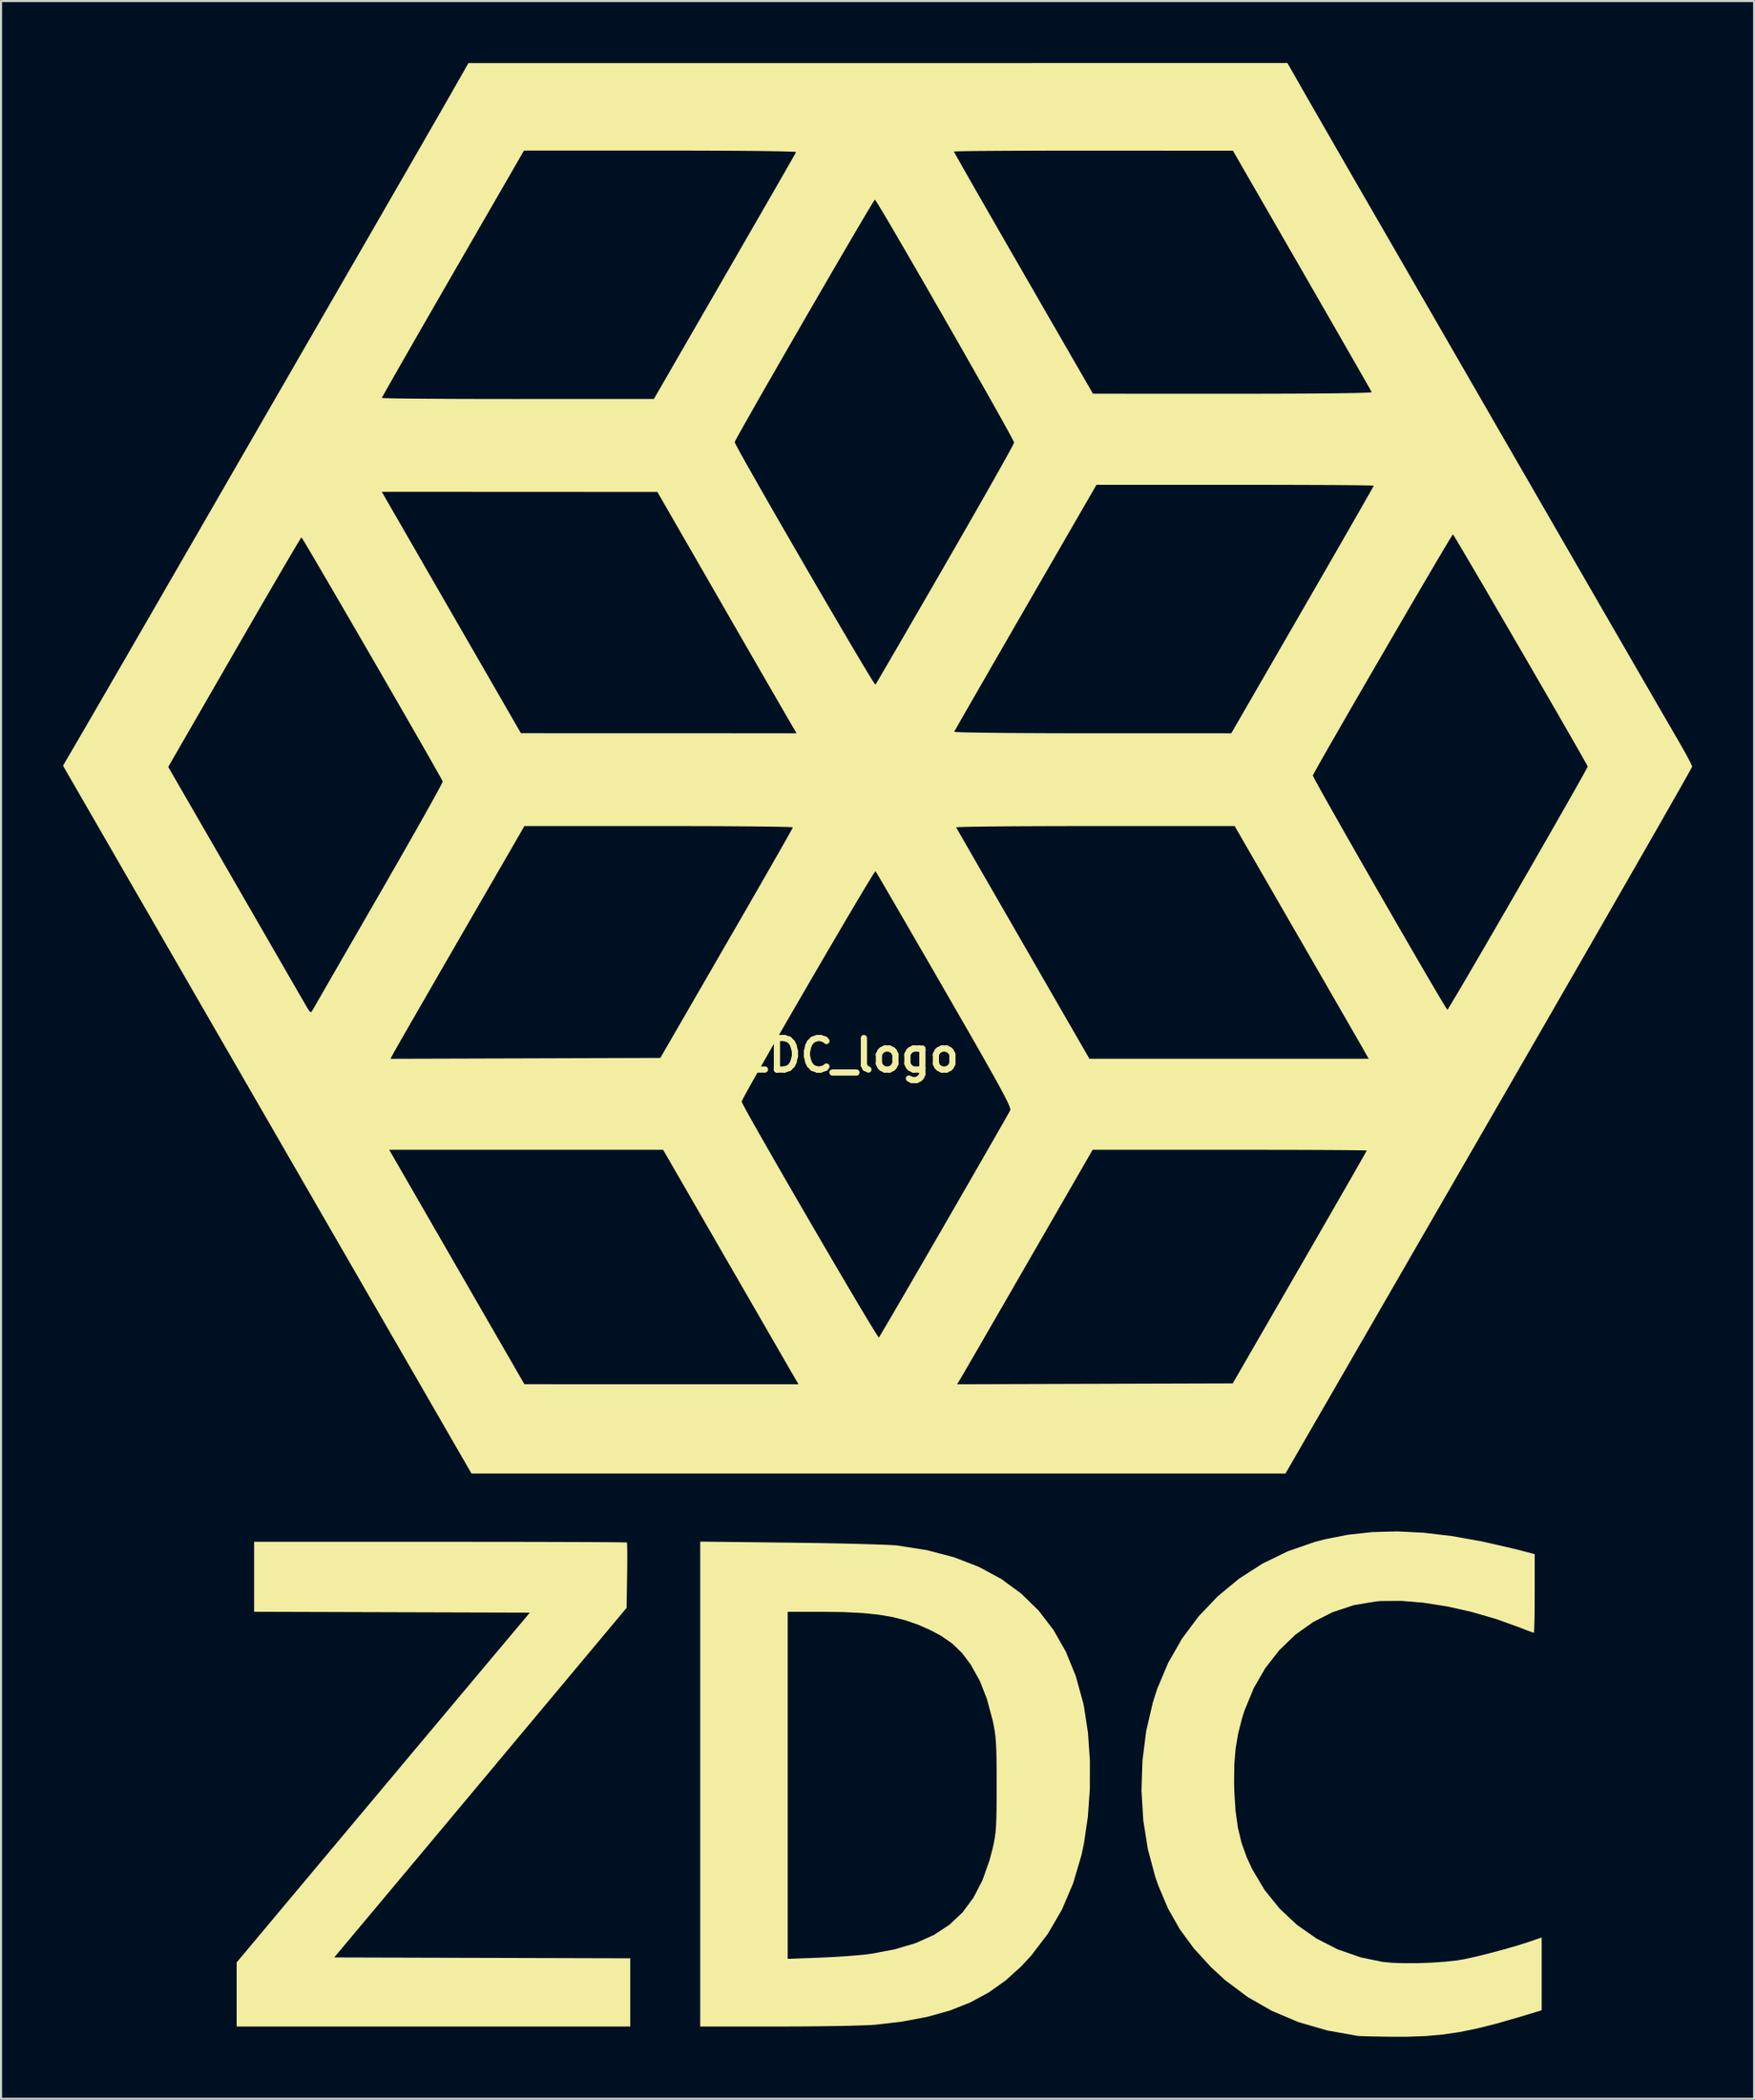
<source format=kicad_pcb>
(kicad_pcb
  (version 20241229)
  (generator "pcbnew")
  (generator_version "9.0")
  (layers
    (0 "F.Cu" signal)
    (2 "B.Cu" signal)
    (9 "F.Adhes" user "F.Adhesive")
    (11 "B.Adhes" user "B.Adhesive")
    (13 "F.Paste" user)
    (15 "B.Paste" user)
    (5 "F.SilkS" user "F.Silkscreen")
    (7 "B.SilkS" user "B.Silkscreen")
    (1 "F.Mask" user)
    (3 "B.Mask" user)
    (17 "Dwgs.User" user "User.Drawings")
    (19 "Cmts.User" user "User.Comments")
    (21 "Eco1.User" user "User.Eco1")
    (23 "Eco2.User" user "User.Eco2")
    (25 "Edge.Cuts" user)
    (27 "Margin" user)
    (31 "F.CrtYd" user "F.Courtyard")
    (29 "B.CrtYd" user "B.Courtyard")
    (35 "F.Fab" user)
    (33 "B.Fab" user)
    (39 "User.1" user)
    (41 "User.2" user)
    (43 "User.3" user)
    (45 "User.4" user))
  (footprint "ZDC_logo"
    (layer "F.Cu")
    (at 38.036 48.006)
    (property "Reference" "ZDC_logo" (at 0 0 0) (layer "F.SilkS") (effects (font (size 1.524 1.524) (thickness 0.3))))
    (attr board_only exclude_from_pos_files exclude_from_bom)
    (fp_poly (pts (xy -18.564 23.538) (xy -17.392 23.539) (xy -16.279 23.54) (xy -15.236 23.542) (xy -14.275 23.545) (xy -13.405 23.548) (xy -12.639 23.551) (xy -11.988 23.555) (xy -11.461 23.559) (xy -11.072 23.563) (xy -10.829 23.568) (xy -10.746 23.572) (xy -10.736 23.664) (xy -10.73 23.898) (xy -10.727 24.247) (xy -10.729 24.683) (xy -10.735 25.17) (xy -10.76 26.733) (xy -16.027 33.032) (xy -16.822 33.983) (xy -17.621 34.938) (xy -18.411 35.883) (xy -19.182 36.805) (xy -19.923 37.69) (xy -20.622 38.526) (xy -21.269 39.298) (xy -21.851 39.994) (xy -22.359 40.6) (xy -22.78 41.103) (xy -23.102 41.488) (xy -24.911 43.646) (xy -17.747 43.667) (xy -10.583 43.689) (xy -10.583 46.99) (xy -29.633 46.99) (xy -29.633 43.888) (xy -25.169 38.56) (xy -24.398 37.64) (xy -23.597 36.684) (xy -22.782 35.712) (xy -21.968 34.741) (xy -21.171 33.79) (xy -20.407 32.879) (xy -19.692 32.026) (xy -19.041 31.25) (xy -18.47 30.57) (xy -18.075 30.099) (xy -15.444 26.966) (xy -22.115 26.945) (xy -28.787 26.923) (xy -28.787 23.537) (xy -19.784 23.537)) (stroke (width 0) (type solid)) (fill yes) (layer "F.SilkS"))
    (fp_poly (pts (xy -2.815 23.58) (xy -1.941 23.592) (xy -1.094 23.606) (xy -0.295 23.622) (xy 0.436 23.64) (xy 1.08 23.658) (xy 1.618 23.676) (xy 2.03 23.695) (xy 2.295 23.712) (xy 2.328 23.716) (xy 3.767 23.941) (xy 5.088 24.286) (xy 6.29 24.752) (xy 7.373 25.337) (xy 8.337 26.042) (xy 9.18 26.865) (xy 9.902 27.806) (xy 10.503 28.864) (xy 10.981 30.04) (xy 11.337 31.332) (xy 11.38 31.538) (xy 11.569 32.779) (xy 11.662 34.109) (xy 11.661 35.476) (xy 11.565 36.83) (xy 11.376 38.121) (xy 11.255 38.693) (xy 10.854 40.054) (xy 10.315 41.319) (xy 9.64 42.485) (xy 8.828 43.55) (xy 8.341 44.077) (xy 7.584 44.761) (xy 6.767 45.341) (xy 5.873 45.824) (xy 4.886 46.216) (xy 3.79 46.523) (xy 2.569 46.752) (xy 1.27 46.903) (xy 0.975 46.921) (xy 0.534 46.938) (xy -0.029 46.954) (xy -0.691 46.967) (xy -1.428 46.977) (xy -2.218 46.985) (xy -3.036 46.989) (xy -3.45 46.989) (xy -7.197 46.99) (xy -7.197 26.924) (xy -2.963 26.924) (xy -2.963 43.714) (xy -1.376 43.656) (xy -0.797 43.629) (xy -0.204 43.592) (xy 0.354 43.549) (xy 0.826 43.502) (xy 1.085 43.469) (xy 2.235 43.25) (xy 3.242 42.949) (xy 4.116 42.556) (xy 4.865 42.065) (xy 5.5 41.467) (xy 6.028 40.755) (xy 6.459 39.92) (xy 6.803 38.954) (xy 6.96 38.354) (xy 7.018 38.092) (xy 7.063 37.844) (xy 7.096 37.584) (xy 7.12 37.284) (xy 7.135 36.918) (xy 7.144 36.458) (xy 7.148 35.878) (xy 7.149 35.306) (xy 7.147 34.607) (xy 7.143 34.05) (xy 7.133 33.606) (xy 7.115 33.247) (xy 7.089 32.946) (xy 7.053 32.675) (xy 7.004 32.404) (xy 6.955 32.173) (xy 6.683 31.156) (xy 6.336 30.27) (xy 5.903 29.493) (xy 5.877 29.453) (xy 5.466 28.91) (xy 5.009 28.467) (xy 4.462 28.088) (xy 3.937 27.809) (xy 3.35 27.55) (xy 2.755 27.342) (xy 2.126 27.182) (xy 1.437 27.064) (xy 0.661 26.985) (xy -0.228 26.94) (xy -1.256 26.925) (xy -1.333 26.925) (xy -2.963 26.924) (xy -7.197 26.924) (xy -7.197 23.528)) (stroke (width 0) (type solid)) (fill yes) (layer "F.SilkS"))
    (fp_poly (pts (xy 27.812 23.098) (xy 29.166 23.258) (xy 30.617 23.516) (xy 32.181 23.873) (xy 32.872 24.052) (xy 33.189 24.137) (xy 33.189 26.038) (xy 33.188 26.585) (xy 33.183 27.071) (xy 33.176 27.471) (xy 33.166 27.761) (xy 33.155 27.919) (xy 33.149 27.94) (xy 33.057 27.911) (xy 32.848 27.834) (xy 32.564 27.723) (xy 32.485 27.692) (xy 31.322 27.274) (xy 30.135 26.93) (xy 28.955 26.665) (xy 27.81 26.486) (xy 26.733 26.396) (xy 25.751 26.403) (xy 25.511 26.422) (xy 24.43 26.605) (xy 23.412 26.941) (xy 22.466 27.421) (xy 21.601 28.037) (xy 20.828 28.782) (xy 20.154 29.646) (xy 19.59 30.621) (xy 19.145 31.701) (xy 19.017 32.108) (xy 18.835 32.828) (xy 18.715 33.542) (xy 18.652 34.299) (xy 18.64 35.146) (xy 18.653 35.645) (xy 18.713 36.571) (xy 18.827 37.378) (xy 19.003 38.107) (xy 19.252 38.802) (xy 19.517 39.376) (xy 20.119 40.385) (xy 20.845 41.286) (xy 21.684 42.071) (xy 22.626 42.731) (xy 23.657 43.258) (xy 24.768 43.643) (xy 25.813 43.861) (xy 26.287 43.906) (xy 26.879 43.926) (xy 27.539 43.923) (xy 28.219 43.898) (xy 28.87 43.853) (xy 29.442 43.789) (xy 29.76 43.736) (xy 30.338 43.609) (xy 31 43.446) (xy 31.684 43.263) (xy 32.329 43.078) (xy 32.875 42.906) (xy 32.914 42.892) (xy 33.528 42.682) (xy 33.528 46.204) (xy 32.364 46.554) (xy 31.327 46.852) (xy 30.404 47.084) (xy 29.554 47.257) (xy 28.739 47.377) (xy 27.918 47.451) (xy 27.051 47.483) (xy 26.405 47.485) (xy 25.891 47.479) (xy 25.419 47.471) (xy 25.023 47.461) (xy 24.735 47.45) (xy 24.596 47.44) (xy 23.122 47.174) (xy 21.748 46.773) (xy 20.472 46.234) (xy 19.29 45.557) (xy 18.2 44.74) (xy 17.521 44.114) (xy 16.693 43.209) (xy 16.01 42.279) (xy 15.446 41.284) (xy 14.979 40.185) (xy 14.827 39.751) (xy 14.469 38.417) (xy 14.246 37.014) (xy 14.158 35.572) (xy 14.206 34.123) (xy 14.387 32.698) (xy 14.704 31.329) (xy 14.919 30.654) (xy 15.452 29.392) (xy 16.124 28.219) (xy 16.925 27.145) (xy 17.847 26.177) (xy 18.878 25.325) (xy 20.01 24.596) (xy 21.233 24) (xy 22.537 23.546) (xy 23.032 23.416) (xy 24.164 23.195) (xy 25.328 23.068) (xy 26.538 23.035)) (stroke (width 0) (type solid)) (fill yes) (layer "F.SilkS"))
    (fp_poly (pts (xy 21.935 -46.757) (xy 22.094 -46.479) (xy 22.329 -46.069) (xy 22.632 -45.541) (xy 22.995 -44.912) (xy 23.408 -44.194) (xy 23.863 -43.404) (xy 24.352 -42.556) (xy 24.866 -41.665) (xy 25.397 -40.745) (xy 25.898 -39.878) (xy 26.485 -38.861) (xy 27.1 -37.796) (xy 27.729 -36.706) (xy 28.36 -35.615) (xy 28.978 -34.544) (xy 29.57 -33.517) (xy 30.124 -32.558) (xy 30.625 -31.69) (xy 31.061 -30.934) (xy 31.225 -30.649) (xy 31.808 -29.639) (xy 32.418 -28.583) (xy 33.047 -27.493) (xy 33.689 -26.38) (xy 34.337 -25.258) (xy 34.985 -24.137) (xy 35.625 -23.029) (xy 36.25 -21.946) (xy 36.855 -20.9) (xy 37.432 -19.902) (xy 37.974 -18.964) (xy 38.474 -18.099) (xy 38.926 -17.318) (xy 39.323 -16.632) (xy 39.658 -16.054) (xy 39.925 -15.594) (xy 40.116 -15.266) (xy 40.161 -15.188) (xy 40.387 -14.793) (xy 40.579 -14.446) (xy 40.721 -14.173) (xy 40.799 -14.003) (xy 40.809 -13.966) (xy 40.768 -13.884) (xy 40.645 -13.661) (xy 40.445 -13.305) (xy 40.171 -12.821) (xy 39.827 -12.217) (xy 39.418 -11.499) (xy 38.946 -10.673) (xy 38.415 -9.746) (xy 37.829 -8.725) (xy 37.192 -7.615) (xy 36.508 -6.423) (xy 35.779 -5.157) (xy 35.011 -3.821) (xy 34.206 -2.424) (xy 33.369 -0.97) (xy 32.502 0.532) (xy 31.611 2.078) (xy 30.969 3.19) (xy 21.128 20.235) (xy -18.267 20.235) (xy -20.759 15.918) (xy 5.229 15.918) (xy 18.575 15.875) (xy 21.818 10.259) (xy 22.334 9.365) (xy 22.825 8.514) (xy 23.284 7.717) (xy 23.704 6.986) (xy 24.08 6.332) (xy 24.405 5.766) (xy 24.671 5.299) (xy 24.874 4.944) (xy 25.006 4.71) (xy 25.06 4.61) (xy 25.061 4.607) (xy 24.979 4.602) (xy 24.74 4.597) (xy 24.357 4.592) (xy 23.843 4.587) (xy 23.211 4.583) (xy 22.474 4.579) (xy 21.645 4.576) (xy 20.735 4.574) (xy 19.759 4.573) (xy 18.729 4.572) (xy 18.428 4.572) (xy 11.795 4.572) (xy 8.634 10.054) (xy 8.122 10.942) (xy 7.632 11.791) (xy 7.172 12.588) (xy 6.747 13.322) (xy 6.367 13.981) (xy 6.036 14.552) (xy 5.762 15.024) (xy 5.552 15.385) (xy 5.413 15.624) (xy 5.351 15.727) (xy 5.351 15.727) (xy 5.229 15.918) (xy -20.759 15.918) (xy -27.31 4.572) (xy -22.25 4.572) (xy -18.978 10.244) (xy -15.706 15.915) (xy -9.072 15.916) (xy -2.439 15.917) (xy -2.601 15.642) (xy -2.669 15.525) (xy -2.815 15.274) (xy -3.031 14.9) (xy -3.311 14.416) (xy -3.646 13.835) (xy -4.032 13.168) (xy -4.459 12.427) (xy -4.922 11.626) (xy -5.412 10.776) (xy -5.878 9.97) (xy -8.993 4.572) (xy -22.25 4.572) (xy -27.31 4.572) (xy -28.006 3.365) (xy -28.657 2.239) (xy -5.193 2.239) (xy -5.152 2.333) (xy -5.033 2.557) (xy -4.846 2.899) (xy -4.597 3.343) (xy -4.294 3.878) (xy -3.945 4.488) (xy -3.559 5.162) (xy -3.143 5.885) (xy -2.704 6.644) (xy -2.251 7.425) (xy -1.792 8.216) (xy -1.334 9.001) (xy -0.885 9.769) (xy -0.453 10.505) (xy -0.046 11.196) (xy 0.328 11.828) (xy 0.661 12.388) (xy 0.946 12.863) (xy 1.175 13.238) (xy 1.34 13.501) (xy 1.432 13.638) (xy 1.449 13.655) (xy 1.502 13.572) (xy 1.631 13.355) (xy 1.832 13.014) (xy 2.097 12.562) (xy 2.419 12.009) (xy 2.792 11.368) (xy 3.209 10.65) (xy 3.663 9.868) (xy 4.147 9.031) (xy 4.62 8.213) (xy 5.127 7.334) (xy 5.611 6.495) (xy 6.064 5.709) (xy 6.48 4.986) (xy 6.851 4.339) (xy 7.172 3.779) (xy 7.435 3.32) (xy 7.633 2.972) (xy 7.759 2.748) (xy 7.806 2.662) (xy 7.81 2.61) (xy 7.787 2.518) (xy 7.731 2.376) (xy 7.637 2.177) (xy 7.501 1.909) (xy 7.317 1.565) (xy 7.081 1.134) (xy 6.786 0.608) (xy 6.429 -0.022) (xy 6.004 -0.767) (xy 5.506 -1.634) (xy 4.93 -2.634) (xy 4.615 -3.18) (xy 4.096 -4.079) (xy 3.6 -4.936) (xy 3.135 -5.739) (xy 2.707 -6.477) (xy 2.323 -7.139) (xy 1.989 -7.712) (xy 1.713 -8.187) (xy 1.499 -8.551) (xy 1.356 -8.793) (xy 1.289 -8.902) (xy 1.285 -8.907) (xy 1.236 -8.845) (xy 1.111 -8.649) (xy 0.917 -8.333) (xy 0.663 -7.912) (xy 0.357 -7.398) (xy 0.006 -6.806) (xy -0.381 -6.148) (xy -0.797 -5.439) (xy -1.233 -4.693) (xy -1.683 -3.923) (xy -2.136 -3.142) (xy -2.587 -2.365) (xy -3.027 -1.605) (xy -3.447 -0.875) (xy -3.841 -0.19) (xy -4.199 0.438) (xy -4.515 0.993) (xy -4.779 1.463) (xy -4.985 1.835) (xy -5.125 2.094) (xy -5.189 2.226) (xy -5.193 2.239) (xy -28.657 2.239) (xy -28.91 1.8) (xy -29.792 0.271) (xy -29.851 0.17) (xy -22.187 0.17) (xy -15.657 0.149) (xy -9.127 0.127) (xy -5.921 -5.419) (xy -5.407 -6.308) (xy -4.919 -7.154) (xy -4.463 -7.947) (xy -4.045 -8.674) (xy -3.673 -9.325) (xy -3.351 -9.887) (xy -3.088 -10.35) (xy -2.89 -10.702) (xy -2.762 -10.931) (xy -2.713 -11.026) (xy -2.712 -11.028) (xy 5.188 -11.028) (xy 5.235 -10.946) (xy 5.359 -10.729) (xy 5.555 -10.388) (xy 5.816 -9.935) (xy 6.135 -9.381) (xy 6.506 -8.737) (xy 6.922 -8.015) (xy 7.376 -7.227) (xy 7.862 -6.384) (xy 8.373 -5.497) (xy 8.43 -5.397) (xy 11.639 0.169) (xy 25.156 0.169) (xy 24.876 -0.325) (xy 24.787 -0.481) (xy 24.621 -0.77) (xy 24.385 -1.179) (xy 24.088 -1.695) (xy 23.737 -2.305) (xy 23.339 -2.995) (xy 22.903 -3.752) (xy 22.435 -4.562) (xy 21.945 -5.413) (xy 21.632 -5.954) (xy 18.669 -11.09) (xy 11.912 -11.09) (xy 10.86 -11.09) (xy 9.858 -11.088) (xy 8.921 -11.084) (xy 8.06 -11.08) (xy 7.287 -11.074) (xy 6.616 -11.067) (xy 6.059 -11.059) (xy 5.629 -11.051) (xy 5.338 -11.041) (xy 5.199 -11.032) (xy 5.188 -11.028) (xy -2.712 -11.028) (xy -2.794 -11.038) (xy -3.033 -11.048) (xy -3.415 -11.056) (xy -3.927 -11.065) (xy -4.557 -11.072) (xy -5.292 -11.078) (xy -6.118 -11.084) (xy -7.024 -11.088) (xy -7.995 -11.09) (xy -9.019 -11.091) (xy -9.208 -11.091) (xy -15.706 -11.091) (xy -18.796 -5.744) (xy -19.305 -4.864) (xy -19.791 -4.022) (xy -20.248 -3.229) (xy -20.669 -2.499) (xy -21.047 -1.843) (xy -21.374 -1.273) (xy -21.644 -0.803) (xy -21.85 -0.443) (xy -21.984 -0.208) (xy -22.037 -0.113) (xy -22.187 0.17) (xy -29.851 0.17) (xy -30.65 -1.214) (xy -31.478 -2.648) (xy -32.273 -4.026) (xy -33.032 -5.34) (xy -33.75 -6.585) (xy -34.424 -7.752) (xy -35.05 -8.836) (xy -35.624 -9.831) (xy -36.142 -10.728) (xy -36.601 -11.523) (xy -36.996 -12.208) (xy -37.324 -12.777) (xy -37.581 -13.222) (xy -37.764 -13.538) (xy -37.868 -13.719) (xy -37.891 -13.758) (xy -38.001 -13.951) (xy -32.944 -13.951) (xy -29.663 -8.267) (xy -29.14 -7.36) (xy -28.638 -6.49) (xy -28.164 -5.669) (xy -27.726 -4.91) (xy -27.33 -4.224) (xy -26.983 -3.623) (xy -26.692 -3.12) (xy -26.464 -2.725) (xy -26.305 -2.451) (xy -26.223 -2.309) (xy -26.217 -2.299) (xy -26.106 -2.125) (xy -26.037 -2.083) (xy -25.975 -2.155) (xy -25.965 -2.172) (xy -25.909 -2.269) (xy -25.776 -2.501) (xy -25.572 -2.856) (xy -25.303 -3.322) (xy -24.978 -3.887) (xy -24.602 -4.54) (xy -24.182 -5.268) (xy -23.725 -6.059) (xy -23.239 -6.902) (xy -22.757 -7.738) (xy -22.251 -8.616) (xy -21.771 -9.453) (xy -21.324 -10.237) (xy -20.916 -10.955) (xy -20.554 -11.597) (xy -20.244 -12.151) (xy -19.993 -12.604) (xy -19.808 -12.946) (xy -19.695 -13.164) (xy -19.66 -13.246) (xy -19.706 -13.338) (xy -19.816 -13.538) (xy 22.451 -13.538) (xy 22.488 -13.456) (xy 22.602 -13.241) (xy 22.786 -12.908) (xy 23.03 -12.469) (xy 23.329 -11.939) (xy 23.673 -11.331) (xy 24.054 -10.659) (xy 24.466 -9.938) (xy 24.899 -9.179) (xy 25.347 -8.398) (xy 25.801 -7.607) (xy 26.254 -6.821) (xy 26.697 -6.054) (xy 27.122 -5.318) (xy 27.522 -4.628) (xy 27.89 -3.997) (xy 28.216 -3.44) (xy 28.493 -2.969) (xy 28.714 -2.599) (xy 28.87 -2.343) (xy 28.953 -2.216) (xy 28.964 -2.203) (xy 29.014 -2.275) (xy 29.141 -2.482) (xy 29.339 -2.814) (xy 29.603 -3.259) (xy 29.925 -3.808) (xy 30.3 -4.448) (xy 30.72 -5.169) (xy 31.18 -5.96) (xy 31.672 -6.81) (xy 32.191 -7.708) (xy 32.393 -8.059) (xy 32.92 -8.973) (xy 33.421 -9.844) (xy 33.89 -10.662) (xy 34.321 -11.416) (xy 34.707 -12.093) (xy 35.043 -12.684) (xy 35.321 -13.177) (xy 35.536 -13.561) (xy 35.681 -13.825) (xy 35.751 -13.957) (xy 35.756 -13.97) (xy 35.708 -14.063) (xy 35.583 -14.287) (xy 35.39 -14.628) (xy 35.136 -15.073) (xy 34.829 -15.608) (xy 34.478 -16.219) (xy 34.089 -16.892) (xy 33.672 -17.614) (xy 33.233 -18.371) (xy 32.782 -19.15) (xy 32.325 -19.936) (xy 31.872 -20.716) (xy 31.429 -21.476) (xy 31.006 -22.203) (xy 30.609 -22.882) (xy 30.247 -23.501) (xy 29.927 -24.045) (xy 29.659 -24.5) (xy 29.449 -24.854) (xy 29.305 -25.092) (xy 29.236 -25.2) (xy 29.232 -25.205) (xy 29.184 -25.136) (xy 29.059 -24.933) (xy 28.866 -24.611) (xy 28.611 -24.182) (xy 28.303 -23.66) (xy 27.949 -23.058) (xy 27.558 -22.39) (xy 27.136 -21.669) (xy 26.693 -20.909) (xy 26.235 -20.122) (xy 25.77 -19.323) (xy 25.307 -18.525) (xy 24.852 -17.741) (xy 24.414 -16.984) (xy 24.001 -16.268) (xy 23.621 -15.607) (xy 23.28 -15.014) (xy 22.987 -14.502) (xy 22.751 -14.084) (xy 22.577 -13.775) (xy 22.475 -13.587) (xy 22.451 -13.538) (xy -19.816 -13.538) (xy -19.83 -13.562) (xy -20.022 -13.903) (xy -20.275 -14.349) (xy -20.582 -14.887) (xy -20.935 -15.503) (xy -21.326 -16.183) (xy -21.747 -16.914) (xy -22.191 -17.684) (xy -22.649 -18.478) (xy -23.115 -19.283) (xy -23.58 -20.086) (xy -24.037 -20.873) (xy -24.478 -21.632) (xy -24.895 -22.348) (xy -25.28 -23.009) (xy -25.627 -23.601) (xy -25.926 -24.11) (xy -26.17 -24.524) (xy -26.352 -24.828) (xy -26.464 -25.01) (xy -26.498 -25.059) (xy -26.546 -24.987) (xy -26.672 -24.78) (xy -26.87 -24.448) (xy -27.132 -24.004) (xy -27.452 -23.458) (xy -27.823 -22.821) (xy -28.239 -22.106) (xy -28.693 -21.323) (xy -29.178 -20.483) (xy -29.689 -19.599) (xy -29.743 -19.504) (xy -32.944 -13.951) (xy -38.001 -13.951) (xy -38.036 -14.012) (xy -37.022 -15.748) (xy -36.833 -16.074) (xy -36.566 -16.534) (xy -36.23 -17.113) (xy -35.832 -17.8) (xy -35.381 -18.579) (xy -34.884 -19.439) (xy -34.348 -20.366) (xy -33.781 -21.347) (xy -33.192 -22.368) (xy -32.587 -23.415) (xy -31.974 -24.477) (xy -31.832 -24.723) (xy -31.127 -25.944) (xy -30.366 -27.263) (xy -22.609 -27.263) (xy -22.375 -26.856) (xy -22.295 -26.717) (xy -22.137 -26.444) (xy -21.91 -26.05) (xy -21.619 -25.546) (xy -21.274 -24.946) (xy -20.879 -24.262) (xy -20.444 -23.507) (xy -19.975 -22.694) (xy -19.479 -21.834) (xy -19.008 -21.016) (xy -15.875 -15.583) (xy -2.53 -15.579) (xy -2.574 -15.651) (xy 5.094 -15.651) (xy 5.172 -15.64) (xy 5.407 -15.629) (xy 5.786 -15.619) (xy 6.297 -15.61) (xy 6.927 -15.601) (xy 7.664 -15.594) (xy 8.495 -15.588) (xy 9.407 -15.583) (xy 10.389 -15.58) (xy 11.427 -15.579) (xy 11.785 -15.579) (xy 18.505 -15.579) (xy 21.952 -21.547) (xy 22.485 -22.469) (xy 22.992 -23.349) (xy 23.468 -24.175) (xy 23.906 -24.937) (xy 24.3 -25.623) (xy 24.644 -26.223) (xy 24.931 -26.726) (xy 25.156 -27.12) (xy 25.311 -27.394) (xy 25.39 -27.539) (xy 25.4 -27.558) (xy 25.317 -27.565) (xy 25.078 -27.571) (xy 24.695 -27.577) (xy 24.181 -27.583) (xy 23.549 -27.588) (xy 22.81 -27.592) (xy 21.979 -27.595) (xy 21.068 -27.598) (xy 20.089 -27.6) (xy 19.056 -27.601) (xy 18.69 -27.601) (xy 11.98 -27.6) (xy 8.551 -21.662) (xy 8.02 -20.741) (xy 7.513 -19.862) (xy 7.036 -19.036) (xy 6.598 -18.274) (xy 6.202 -17.588) (xy 5.857 -16.988) (xy 5.568 -16.485) (xy 5.342 -16.09) (xy 5.186 -15.815) (xy 5.104 -15.671) (xy 5.094 -15.651) (xy -2.574 -15.651) (xy -2.745 -15.938) (xy -2.822 -16.069) (xy -2.976 -16.335) (xy -3.2 -16.722) (xy -3.487 -17.219) (xy -3.83 -17.813) (xy -4.222 -18.492) (xy -4.655 -19.243) (xy -5.123 -20.054) (xy -5.618 -20.913) (xy -6.115 -21.777) (xy -9.271 -27.256) (xy -15.94 -27.259) (xy -22.609 -27.263) (xy -30.366 -27.263) (xy -30.363 -27.267) (xy -29.556 -28.667) (xy -28.979 -29.666) (xy -5.529 -29.666) (xy -5.488 -29.573) (xy -5.371 -29.351) (xy -5.184 -29.01) (xy -4.935 -28.565) (xy -4.632 -28.03) (xy -4.283 -27.417) (xy -3.896 -26.74) (xy -3.477 -26.011) (xy -3.036 -25.246) (xy -2.579 -24.456) (xy -2.115 -23.655) (xy -1.651 -22.856) (xy -1.195 -22.073) (xy -0.754 -21.32) (xy -0.337 -20.608) (xy 0.049 -19.952) (xy 0.396 -19.366) (xy 0.697 -18.861) (xy 0.944 -18.452) (xy 1.129 -18.153) (xy 1.244 -17.975) (xy 1.281 -17.93) (xy 1.331 -18.011) (xy 1.46 -18.228) (xy 1.66 -18.569) (xy 1.925 -19.023) (xy 2.248 -19.579) (xy 2.624 -20.225) (xy 3.044 -20.951) (xy 3.504 -21.744) (xy 3.996 -22.594) (xy 4.514 -23.49) (xy 4.663 -23.749) (xy 5.187 -24.657) (xy 5.685 -25.524) (xy 6.152 -26.34) (xy 6.581 -27.092) (xy 6.965 -27.769) (xy 7.298 -28.36) (xy 7.573 -28.853) (xy 7.785 -29.237) (xy 7.927 -29.501) (xy 7.991 -29.632) (xy 7.995 -29.644) (xy 7.955 -29.735) (xy 7.838 -29.958) (xy 7.652 -30.299) (xy 7.404 -30.746) (xy 7.103 -31.284) (xy 6.756 -31.901) (xy 6.37 -32.582) (xy 5.954 -33.314) (xy 5.516 -34.085) (xy 5.062 -34.879) (xy 4.601 -35.684) (xy 4.14 -36.487) (xy 3.688 -37.273) (xy 3.251 -38.029) (xy 2.838 -38.743) (xy 2.456 -39.399) (xy 2.114 -39.986) (xy 1.818 -40.489) (xy 1.576 -40.894) (xy 1.397 -41.189) (xy 1.288 -41.36) (xy 1.257 -41.399) (xy 1.207 -41.328) (xy 1.08 -41.124) (xy 0.885 -40.8) (xy 0.629 -40.369) (xy 0.32 -39.844) (xy -0.034 -39.24) (xy -0.426 -38.569) (xy -0.848 -37.846) (xy -1.291 -37.082) (xy -1.749 -36.293) (xy -2.213 -35.491) (xy -2.676 -34.689) (xy -3.13 -33.902) (xy -3.567 -33.142) (xy -3.98 -32.423) (xy -4.36 -31.759) (xy -4.7 -31.162) (xy -4.992 -30.646) (xy -5.229 -30.226) (xy -5.402 -29.913) (xy -5.504 -29.722) (xy -5.529 -29.666) (xy -28.979 -29.666) (xy -28.72 -30.115) (xy -27.871 -31.586) (xy -27.745 -31.803) (xy -22.606 -31.803) (xy -22.523 -31.795) (xy -22.284 -31.787) (xy -21.902 -31.78) (xy -21.388 -31.773) (xy -20.757 -31.767) (xy -20.021 -31.762) (xy -19.192 -31.757) (xy -18.284 -31.754) (xy -17.31 -31.752) (xy -16.282 -31.751) (xy -16.023 -31.751) (xy -9.44 -31.752) (xy -6.011 -37.691) (xy -5.48 -38.612) (xy -4.973 -39.491) (xy -4.496 -40.316) (xy -4.058 -41.078) (xy -3.662 -41.765) (xy -3.317 -42.365) (xy -3.028 -42.868) (xy -2.802 -43.262) (xy -2.646 -43.537) (xy -2.564 -43.681) (xy -2.554 -43.701) (xy -2.632 -43.712) (xy -2.867 -43.723) (xy -2.925 -43.724) (xy 5.08 -43.724) (xy 5.121 -43.645) (xy 5.241 -43.431) (xy 5.433 -43.092) (xy 5.69 -42.639) (xy 6.006 -42.085) (xy 6.376 -41.44) (xy 6.792 -40.714) (xy 7.248 -39.92) (xy 7.738 -39.069) (xy 8.256 -38.171) (xy 8.445 -37.841) (xy 11.811 -32.007) (xy 18.57 -32.005) (xy 19.773 -32.006) (xy 20.88 -32.009) (xy 21.883 -32.013) (xy 22.775 -32.019) (xy 23.546 -32.027) (xy 24.188 -32.036) (xy 24.692 -32.046) (xy 25.05 -32.058) (xy 25.255 -32.071) (xy 25.301 -32.082) (xy 25.255 -32.166) (xy 25.132 -32.385) (xy 24.936 -32.728) (xy 24.675 -33.185) (xy 24.355 -33.743) (xy 23.983 -34.392) (xy 23.565 -35.12) (xy 23.107 -35.916) (xy 22.616 -36.769) (xy 22.099 -37.667) (xy 21.929 -37.963) (xy 18.584 -43.766) (xy 11.832 -43.769) (xy 10.779 -43.769) (xy 9.777 -43.768) (xy 8.837 -43.766) (xy 7.974 -43.762) (xy 7.198 -43.758) (xy 6.524 -43.753) (xy 5.964 -43.748) (xy 5.53 -43.741) (xy 5.235 -43.735) (xy 5.092 -43.727) (xy 5.08 -43.724) (xy -2.925 -43.724) (xy -3.245 -43.733) (xy -3.754 -43.742) (xy -4.382 -43.751) (xy -5.115 -43.758) (xy -5.941 -43.764) (xy -6.847 -43.768) (xy -7.82 -43.771) (xy -8.848 -43.773) (xy -9.126 -43.773) (xy -15.726 -43.773) (xy -19.166 -37.815) (xy -19.698 -36.893) (xy -20.205 -36.013) (xy -20.68 -35.187) (xy -21.117 -34.425) (xy -21.511 -33.739) (xy -21.854 -33.139) (xy -22.14 -32.636) (xy -22.364 -32.242) (xy -22.518 -31.967) (xy -22.597 -31.823) (xy -22.606 -31.803) (xy -27.745 -31.803) (xy -27.024 -33.052) (xy -26.196 -34.487) (xy -25.402 -35.863) (xy -24.657 -37.154) (xy -23.976 -38.333) (xy -23.792 -38.65) (xy -23.207 -39.664) (xy -22.632 -40.66) (xy -22.075 -41.627) (xy -21.543 -42.55) (xy -21.043 -43.417) (xy -20.583 -44.215) (xy -20.172 -44.93) (xy -19.816 -45.55) (xy -19.523 -46.06) (xy -19.3 -46.448) (xy -19.173 -46.672) (xy -18.415 -48.004) (xy 1.404 -48.005) (xy 21.223 -48.006)) (stroke (width 0) (type solid)) (fill yes) (layer "F.SilkS")))
  (gr_rect
    (start -3 -3)
    (end 81.845 98.491)
    (stroke (width 0.1) (type default))
    (fill no)
    (layer "Edge.Cuts")))
</source>
